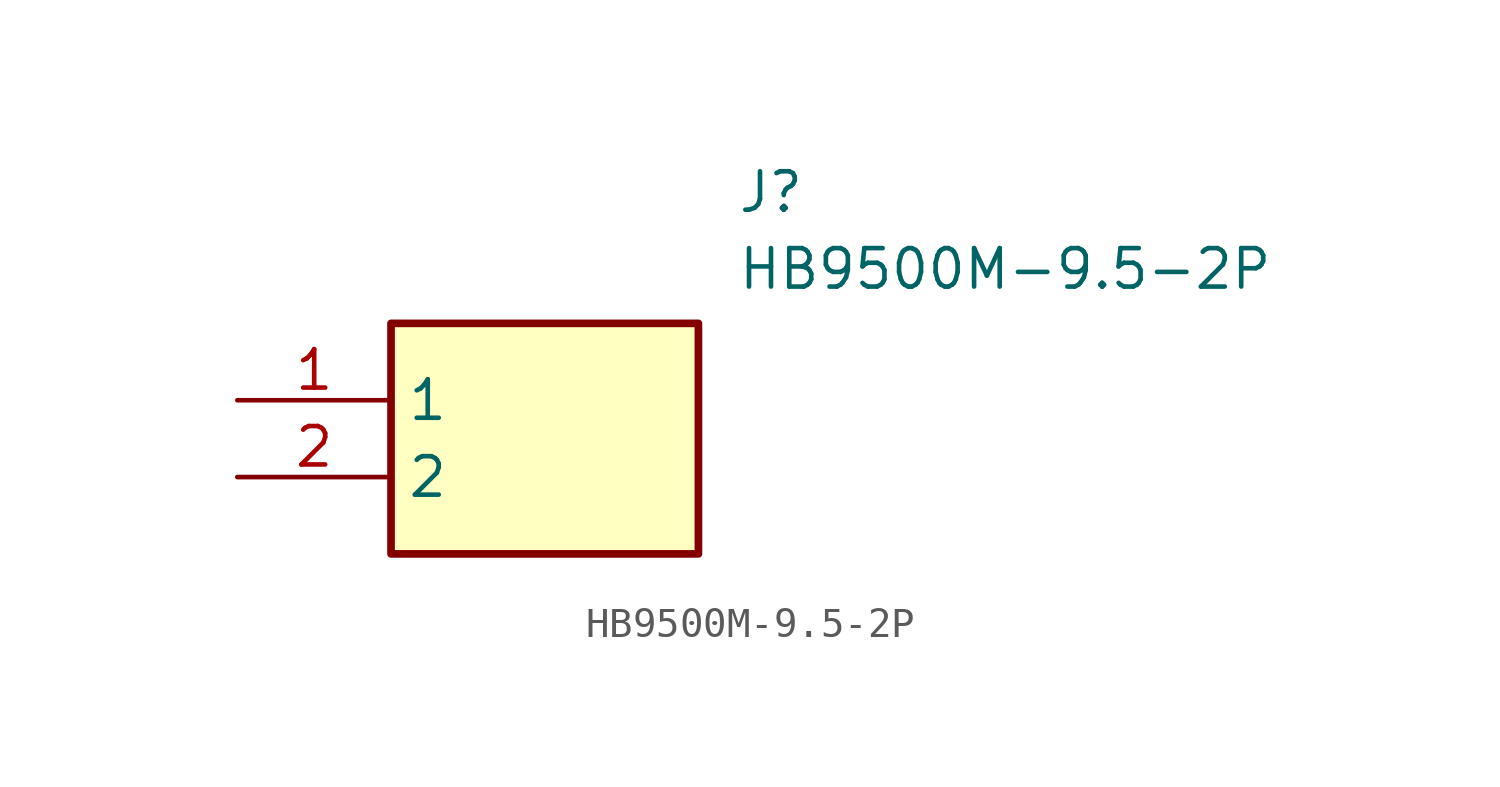
<source format=kicad_sym>
(kicad_symbol_lib
  (version 20211014)
  (generator SamacSys_ECAD_Model)
  (symbol "HB9500M-9.5-2P"
    (property "Reference" "J"
      (at 16.51 7.62 0)
      (effects (font (size 1.27 1.27)) (justify left top)))
    (property "Value" "HB9500M-9.5-2P"
      (at 16.51 5.08 0)
      (effects (font (size 1.27 1.27)) (justify left top)))
    (rectangle
      (start 5.08 2.54)
      (end 15.24 -5.08)
      (stroke (width 0.254) (type default))
      (fill (type background)))
    (pin passive line
      (at 0 0 0)
      (length 5.08)
      (name "1" (effects (font (size 1.27 1.27))))
      (number "1" (effects (font (size 1.27 1.27)))))
    (pin passive line
      (at 0 -2.54 0)
      (length 5.08)
      (name "2" (effects (font (size 1.27 1.27))))
      (number "2" (effects (font (size 1.27 1.27)))))))
</source>
